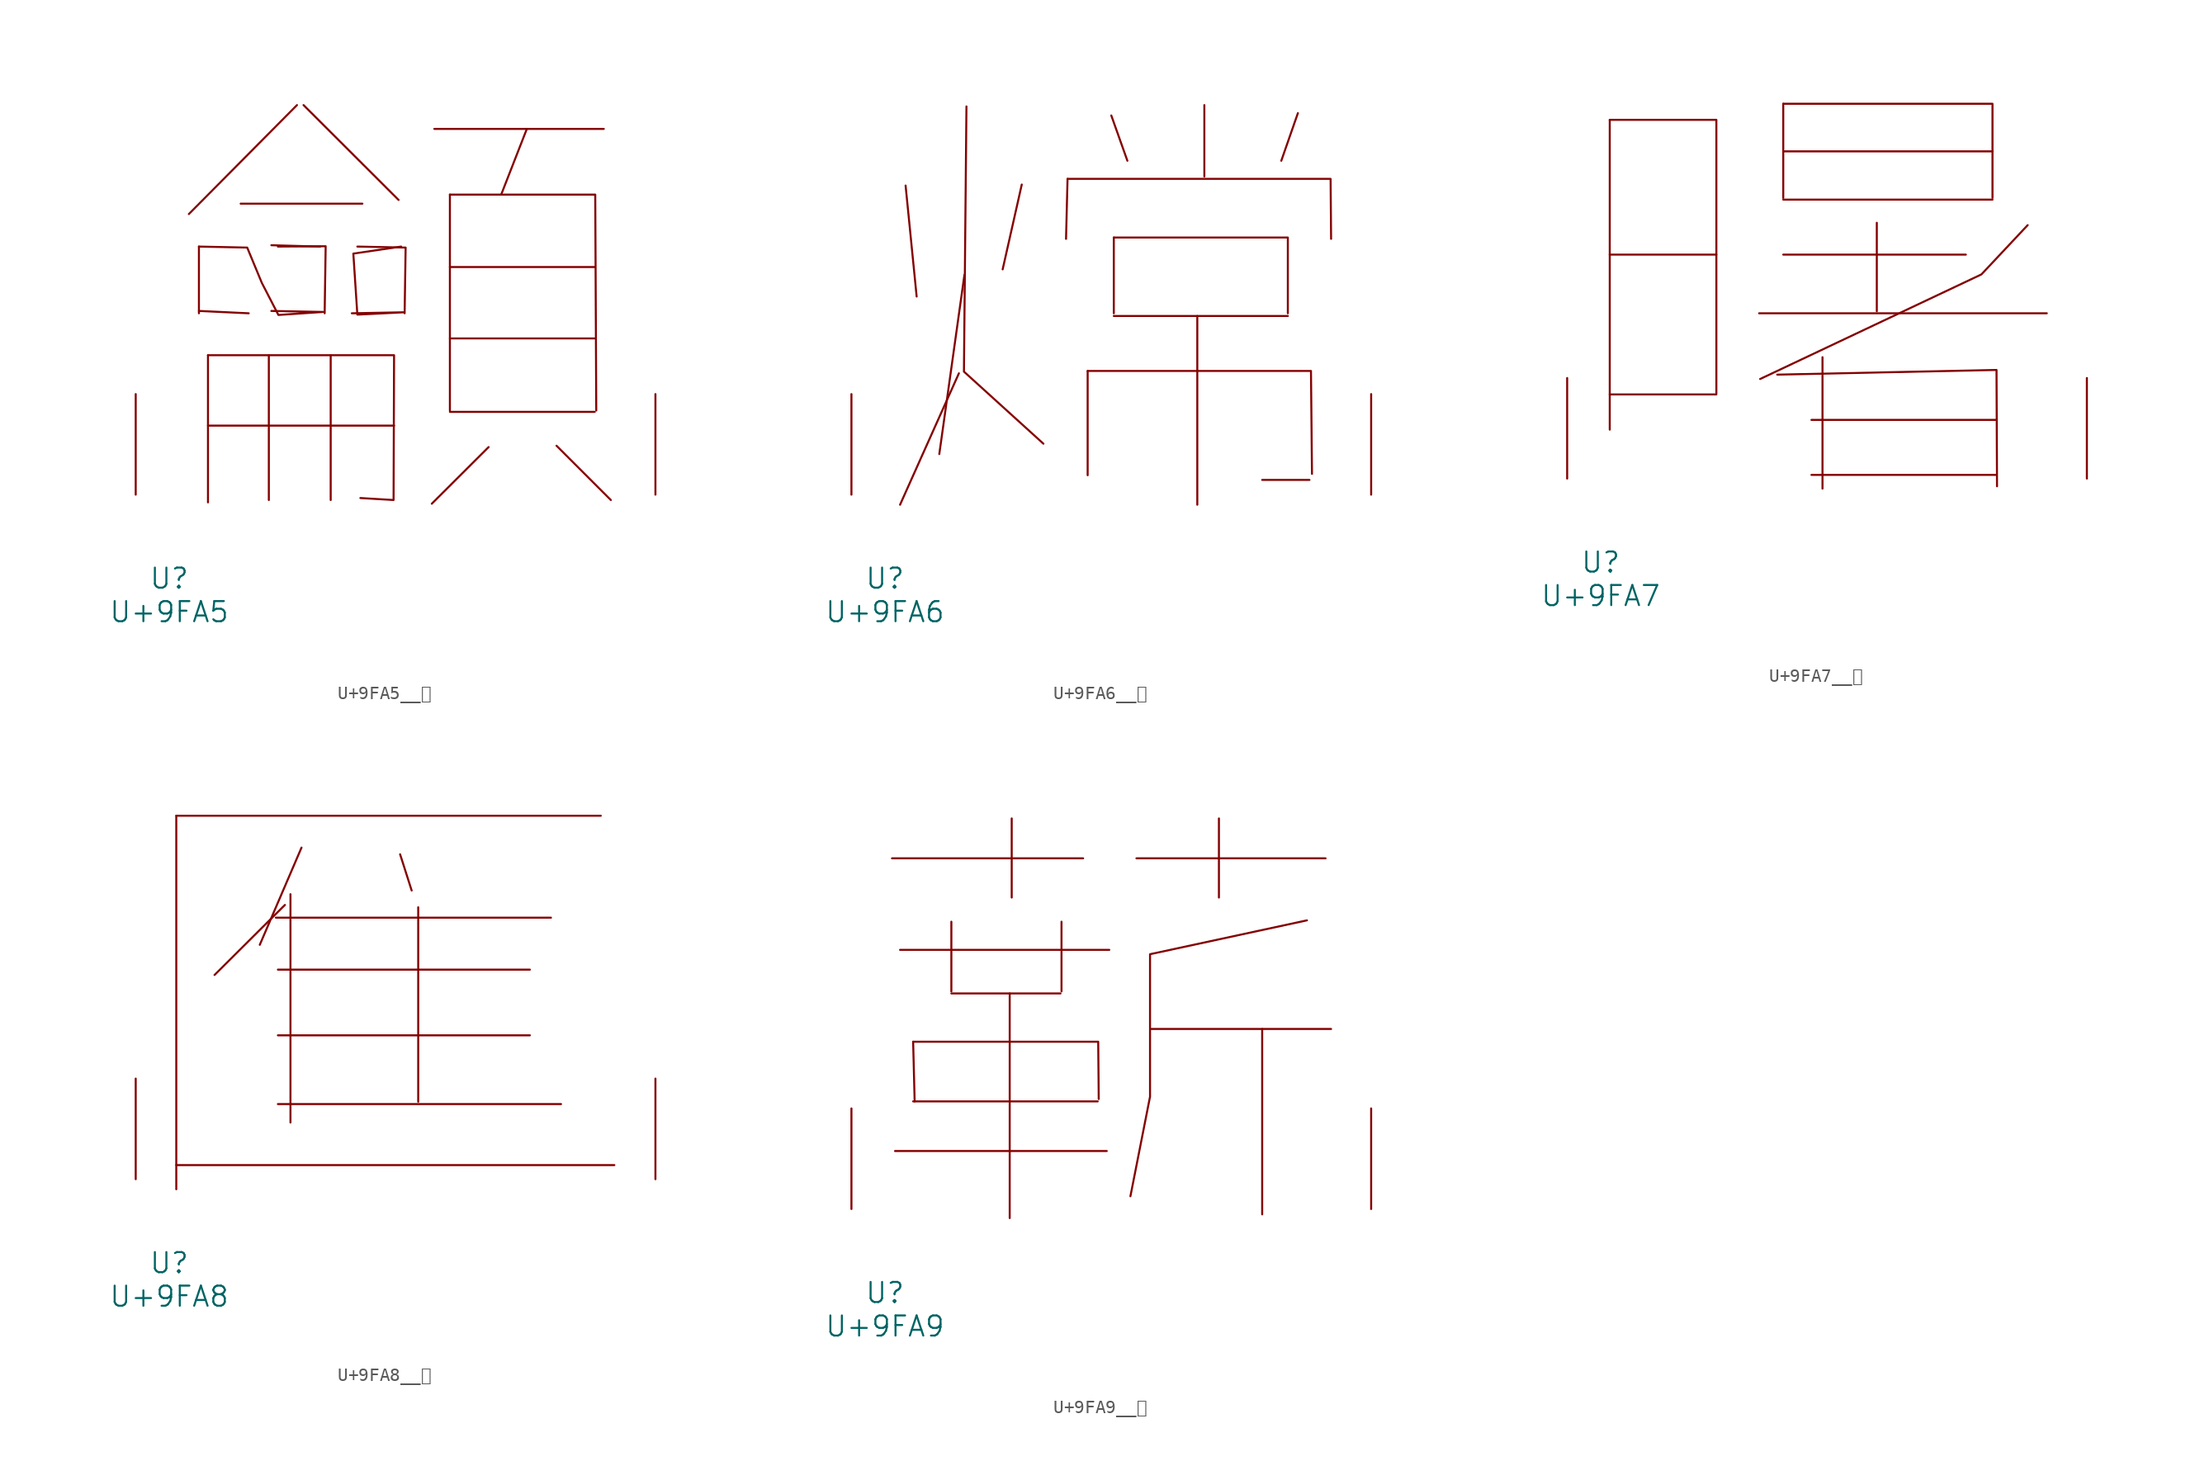
<source format=kicad_sym>
(kicad_symbol_lib
  (version 20231120)
  (generator "kicad_symbol_editor")
  (generator_version "8.0")
  (symbol "U+9FA5__龥"
    (pin_names
      (offset 1.016))
    (property "Reference" "U"
      (at 0 -6.35 0)
      (effects (font (size 1.524 1.524))))
    (property "Value" "U+9FA5"
      (at 0 -8.89 0)
      (effects (font (size 1.524 1.524))))
    (symbol "U+9FA5__龥_0_1"
      (polyline (pts (xy 2.248 13.919) (xy 6.02 13.741)) (stroke (width 0) (type solid)) (fill (type none)))
      (polyline (pts (xy 2.248 18.796) (xy 2.248 13.741)) (stroke (width 0) (type solid)) (fill (type none)))
      (polyline (pts (xy 2.934 5.232) (xy 17.031 5.232)) (stroke (width 0) (type solid)) (fill (type none)))
      (polyline (pts (xy 2.934 10.566) (xy 2.934 -0.584)) (stroke (width 0) (type solid)) (fill (type none)))
      (polyline (pts (xy 5.41 22.047) (xy 14.63 22.047)) (stroke (width 0) (type solid)) (fill (type none)))
      (polyline (pts (xy 7.544 10.566) (xy 7.544 -0.406)) (stroke (width 0) (type solid)) (fill (type none)))
      (polyline (pts (xy 9.677 29.515) (xy 1.486 21.26)) (stroke (width 0) (type solid)) (fill (type none)))
      (polyline (pts (xy 10.173 29.515) (xy 17.374 22.327)) (stroke (width 0) (type solid)) (fill (type none)))
      (polyline (pts (xy 11.43 18.796) (xy 7.734 18.898)) (stroke (width 0) (type solid)) (fill (type none)))
      (polyline (pts (xy 12.23 10.566) (xy 12.23 -0.406)) (stroke (width 0) (type solid)) (fill (type none)))
      (polyline (pts (xy 20.079 27.711) (xy 32.918 27.711)) (stroke (width 0) (type solid)) (fill (type none)))
      (polyline (pts (xy 21.26 6.274) (xy 32.233 6.274)) (stroke (width 0) (type solid)) (fill (type none)))
      (polyline (pts (xy 21.26 11.836) (xy 32.233 11.836)) (stroke (width 0) (type solid)) (fill (type none)))
      (polyline (pts (xy 21.26 17.247) (xy 32.233 17.247)) (stroke (width 0) (type solid)) (fill (type none)))
      (polyline (pts (xy 21.26 22.733) (xy 21.26 6.375)) (stroke (width 0) (type solid)) (fill (type none)))
      (polyline (pts (xy 24.194 3.607) (xy 19.888 -0.686)) (stroke (width 0) (type solid)) (fill (type none)))
      (polyline (pts (xy 27.089 27.711) (xy 25.146 22.733)) (stroke (width 0) (type solid)) (fill (type none)))
      (polyline (pts (xy 29.337 3.708) (xy 33.452 -0.406)) (stroke (width 0) (type solid)) (fill (type none)))
      (polyline (pts (xy 8.23 18.796) (xy 11.849 18.821) (xy 11.773 13.741)) (stroke (width 0) (type solid)) (fill (type none)))
      (polyline (pts (xy 14.249 18.796) (xy 17.907 18.72) (xy 17.831 13.741)) (stroke (width 0) (type solid)) (fill (type none)))
      (polyline (pts (xy 21.26 22.733) (xy 32.271 22.733) (xy 32.347 6.375)) (stroke (width 0) (type solid)) (fill (type none)))
      (polyline (pts (xy 2.934 10.566) (xy 17.031 10.566) (xy 16.993 -0.406) (xy 14.478 -0.254)) (stroke (width 0) (type solid)) (fill (type none)))
      (polyline (pts (xy 17.564 18.796) (xy 13.945 18.263) (xy 14.249 13.64) (xy 17.793 13.818) (xy 13.83 13.741)) (stroke (width 0) (type solid)) (fill (type none)))
      (polyline (pts (xy 2.248 18.796) (xy 5.905 18.72) (xy 7.01 16.053) (xy 8.268 13.614) (xy 11.659 13.843) (xy 7.734 13.919)) (stroke (width 0) (type solid)) (fill (type none)))
      (pin input line (at -2.54 0 90) (length 7.62) (name "~" (effects (font (size 1.27 1.27)))) (number "~" (effects (font (size 1.27 1.27)))))
      (pin input line (at 36.83 0 90) (length 7.62) (name "~" (effects (font (size 1.27 1.27)))) (number "~" (effects (font (size 1.27 1.27)))))))
  (symbol "U+9FA6__龦"
    (pin_names
      (offset 1.016))
    (property "Reference" "U"
      (at 0 -6.35 0)
      (effects (font (size 1.524 1.524))))
    (property "Value" "U+9FA6"
      (at 0 -8.89 0)
      (effects (font (size 1.524 1.524))))
    (symbol "U+9FA6__龦_0_1"
      (polyline (pts (xy 1.562 23.419) (xy 2.4 15.011)) (stroke (width 0) (type solid)) (fill (type none)))
      (polyline (pts (xy 5.601 9.195) (xy 1.143 -0.762)) (stroke (width 0) (type solid)) (fill (type none)))
      (polyline (pts (xy 6.02 16.662) (xy 4.115 3.073)) (stroke (width 0) (type solid)) (fill (type none)))
      (polyline (pts (xy 10.363 23.495) (xy 8.915 17.069)) (stroke (width 0) (type solid)) (fill (type none)))
      (polyline (pts (xy 13.83 23.927) (xy 13.716 19.38)) (stroke (width 0) (type solid)) (fill (type none)))
      (polyline (pts (xy 15.354 9.373) (xy 15.354 1.473)) (stroke (width 0) (type solid)) (fill (type none)))
      (polyline (pts (xy 17.145 28.727) (xy 18.364 25.298)) (stroke (width 0) (type solid)) (fill (type none)))
      (polyline (pts (xy 17.335 13.538) (xy 30.518 13.538)) (stroke (width 0) (type solid)) (fill (type none)))
      (polyline (pts (xy 17.335 19.482) (xy 17.335 13.741)) (stroke (width 0) (type solid)) (fill (type none)))
      (polyline (pts (xy 23.66 13.538) (xy 23.66 -0.762)) (stroke (width 0) (type solid)) (fill (type none)))
      (polyline (pts (xy 24.194 29.515) (xy 24.194 24.105)) (stroke (width 0) (type solid)) (fill (type none)))
      (polyline (pts (xy 28.575 1.118) (xy 32.156 1.118)) (stroke (width 0) (type solid)) (fill (type none)))
      (polyline (pts (xy 31.28 28.905) (xy 30.023 25.298)) (stroke (width 0) (type solid)) (fill (type none)))
      (polyline (pts (xy 6.172 29.413) (xy 5.982 9.322) (xy 12.002 3.861)) (stroke (width 0) (type solid)) (fill (type none)))
      (polyline (pts (xy 13.83 23.927) (xy 33.757 23.927) (xy 33.795 19.38)) (stroke (width 0) (type solid)) (fill (type none)))
      (polyline (pts (xy 15.354 9.373) (xy 32.271 9.373) (xy 32.347 1.575)) (stroke (width 0) (type solid)) (fill (type none)))
      (polyline (pts (xy 17.335 19.482) (xy 30.518 19.482) (xy 30.518 13.741)) (stroke (width 0) (type solid)) (fill (type none)))
      (pin input line (at -2.54 0 90) (length 7.62) (name "~" (effects (font (size 1.27 1.27)))) (number "~" (effects (font (size 1.27 1.27)))))
      (pin input line (at 36.83 0 90) (length 7.62) (name "~" (effects (font (size 1.27 1.27)))) (number "~" (effects (font (size 1.27 1.27)))))))
  (symbol "U+9FA7__龧"
    (pin_names
      (offset 1.016))
    (property "Reference" "U"
      (at 0 -6.35 0)
      (effects (font (size 1.524 1.524))))
    (property "Value" "U+9FA7"
      (at 0 -8.89 0)
      (effects (font (size 1.524 1.524))))
    (symbol "U+9FA7__龧_0_1"
      (polyline (pts (xy 0.686 6.375) (xy 8.763 6.375)) (stroke (width 0) (type solid)) (fill (type none)))
      (polyline (pts (xy 0.686 16.967) (xy 8.763 16.967)) (stroke (width 0) (type solid)) (fill (type none)))
      (polyline (pts (xy 0.686 27.178) (xy 0.686 3.708)) (stroke (width 0) (type solid)) (fill (type none)))
      (polyline (pts (xy 12.002 12.522) (xy 33.795 12.522)) (stroke (width 0) (type solid)) (fill (type none)))
      (polyline (pts (xy 13.83 16.967) (xy 27.661 16.967)) (stroke (width 0) (type solid)) (fill (type none)))
      (polyline (pts (xy 13.83 21.133) (xy 29.68 21.133)) (stroke (width 0) (type solid)) (fill (type none)))
      (polyline (pts (xy 13.83 24.79) (xy 29.68 24.79)) (stroke (width 0) (type solid)) (fill (type none)))
      (polyline (pts (xy 13.83 28.397) (xy 13.83 21.26)) (stroke (width 0) (type solid)) (fill (type none)))
      (polyline (pts (xy 15.964 0.279) (xy 29.947 0.279)) (stroke (width 0) (type solid)) (fill (type none)))
      (polyline (pts (xy 15.964 4.445) (xy 29.947 4.445)) (stroke (width 0) (type solid)) (fill (type none)))
      (polyline (pts (xy 16.802 9.195) (xy 16.802 -0.762)) (stroke (width 0) (type solid)) (fill (type none)))
      (polyline (pts (xy 20.917 19.38) (xy 20.917 12.675)) (stroke (width 0) (type solid)) (fill (type none)))
      (polyline (pts (xy 0.686 27.178) (xy 8.763 27.178) (xy 8.763 6.452)) (stroke (width 0) (type solid)) (fill (type none)))
      (polyline (pts (xy 13.373 7.874) (xy 29.985 8.23) (xy 30.023 -0.584)) (stroke (width 0) (type solid)) (fill (type none)))
      (polyline (pts (xy 13.83 28.397) (xy 29.68 28.397) (xy 29.68 21.26)) (stroke (width 0) (type solid)) (fill (type none)))
      (polyline (pts (xy 32.347 19.202) (xy 28.842 15.469) (xy 12.078 7.544)) (stroke (width 0) (type solid)) (fill (type none)))
      (pin input line (at -2.54 0 90) (length 7.62) (name "~" (effects (font (size 1.27 1.27)))) (number "~" (effects (font (size 1.27 1.27)))))
      (pin input line (at 36.83 0 90) (length 7.62) (name "~" (effects (font (size 1.27 1.27)))) (number "~" (effects (font (size 1.27 1.27)))))))
  (symbol "U+9FA8__龨"
    (pin_names
      (offset 1.016))
    (property "Reference" "U"
      (at 0 -6.35 0)
      (effects (font (size 1.524 1.524))))
    (property "Value" "U+9FA8"
      (at 0 -8.89 0)
      (effects (font (size 1.524 1.524))))
    (symbol "U+9FA8__龨_0_1"
      (polyline (pts (xy 0.533 1.067) (xy 33.718 1.067)) (stroke (width 0) (type solid)) (fill (type none)))
      (polyline (pts (xy 0.533 27.534) (xy 0.533 -0.762)) (stroke (width 0) (type solid)) (fill (type none)))
      (polyline (pts (xy 0.533 27.534) (xy 32.69 27.534)) (stroke (width 0) (type solid)) (fill (type none)))
      (polyline (pts (xy 8.077 19.812) (xy 28.918 19.812)) (stroke (width 0) (type solid)) (fill (type none)))
      (polyline (pts (xy 8.23 5.69) (xy 29.68 5.69)) (stroke (width 0) (type solid)) (fill (type none)))
      (polyline (pts (xy 8.23 10.897) (xy 27.318 10.897)) (stroke (width 0) (type solid)) (fill (type none)))
      (polyline (pts (xy 8.23 15.875) (xy 27.318 15.875)) (stroke (width 0) (type solid)) (fill (type none)))
      (polyline (pts (xy 8.763 20.777) (xy 3.429 15.469)) (stroke (width 0) (type solid)) (fill (type none)))
      (polyline (pts (xy 9.182 21.59) (xy 9.182 4.293)) (stroke (width 0) (type solid)) (fill (type none)))
      (polyline (pts (xy 10.02 25.121) (xy 6.858 17.755)) (stroke (width 0) (type solid)) (fill (type none)))
      (polyline (pts (xy 17.488 24.613) (xy 18.364 21.869)) (stroke (width 0) (type solid)) (fill (type none)))
      (polyline (pts (xy 18.86 20.599) (xy 18.86 5.867)) (stroke (width 0) (type solid)) (fill (type none)))
      (pin input line (at -2.54 0 90) (length 7.62) (name "~" (effects (font (size 1.27 1.27)))) (number "~" (effects (font (size 1.27 1.27)))))
      (pin input line (at 36.83 0 90) (length 7.62) (name "~" (effects (font (size 1.27 1.27)))) (number "~" (effects (font (size 1.27 1.27)))))))
  (symbol "U+9FA9__龩"
    (pin_names
      (offset 1.016))
    (property "Reference" "U"
      (at 0 -6.35 0)
      (effects (font (size 1.524 1.524))))
    (property "Value" "U+9FA9"
      (at 0 -8.89 0)
      (effects (font (size 1.524 1.524))))
    (symbol "U+9FA9__龩_0_1"
      (polyline (pts (xy 0.533 26.568) (xy 15.011 26.568)) (stroke (width 0) (type solid)) (fill (type none)))
      (polyline (pts (xy 0.762 4.394) (xy 16.802 4.394)) (stroke (width 0) (type solid)) (fill (type none)))
      (polyline (pts (xy 1.143 19.634) (xy 16.993 19.634)) (stroke (width 0) (type solid)) (fill (type none)))
      (polyline (pts (xy 2.134 8.153) (xy 16.116 8.153)) (stroke (width 0) (type solid)) (fill (type none)))
      (polyline (pts (xy 2.134 12.675) (xy 2.248 8.153)) (stroke (width 0) (type solid)) (fill (type none)))
      (polyline (pts (xy 5.029 16.332) (xy 13.297 16.332)) (stroke (width 0) (type solid)) (fill (type none)))
      (polyline (pts (xy 5.029 21.768) (xy 5.029 16.485)) (stroke (width 0) (type solid)) (fill (type none)))
      (polyline (pts (xy 9.449 16.332) (xy 9.449 -0.686)) (stroke (width 0) (type solid)) (fill (type none)))
      (polyline (pts (xy 9.601 29.591) (xy 9.601 23.597)) (stroke (width 0) (type solid)) (fill (type none)))
      (polyline (pts (xy 13.373 21.768) (xy 13.373 16.485)) (stroke (width 0) (type solid)) (fill (type none)))
      (polyline (pts (xy 19.05 26.568) (xy 33.376 26.568)) (stroke (width 0) (type solid)) (fill (type none)))
      (polyline (pts (xy 20.155 13.64) (xy 33.795 13.64)) (stroke (width 0) (type solid)) (fill (type none)))
      (polyline (pts (xy 25.298 29.591) (xy 25.298 23.597)) (stroke (width 0) (type solid)) (fill (type none)))
      (polyline (pts (xy 28.575 13.64) (xy 28.575 -0.406)) (stroke (width 0) (type solid)) (fill (type none)))
      (polyline (pts (xy 2.134 12.675) (xy 16.154 12.675) (xy 16.192 8.331)) (stroke (width 0) (type solid)) (fill (type none)))
      (polyline (pts (xy 31.966 21.869) (xy 20.079 19.304) (xy 20.079 8.509) (xy 18.593 0.965)) (stroke (width 0) (type solid)) (fill (type none)))
      (pin input line (at -2.54 0 90) (length 7.62) (name "~" (effects (font (size 1.27 1.27)))) (number "~" (effects (font (size 1.27 1.27)))))
      (pin input line (at 36.83 0 90) (length 7.62) (name "~" (effects (font (size 1.27 1.27)))) (number "~" (effects (font (size 1.27 1.27))))))))
</source>
